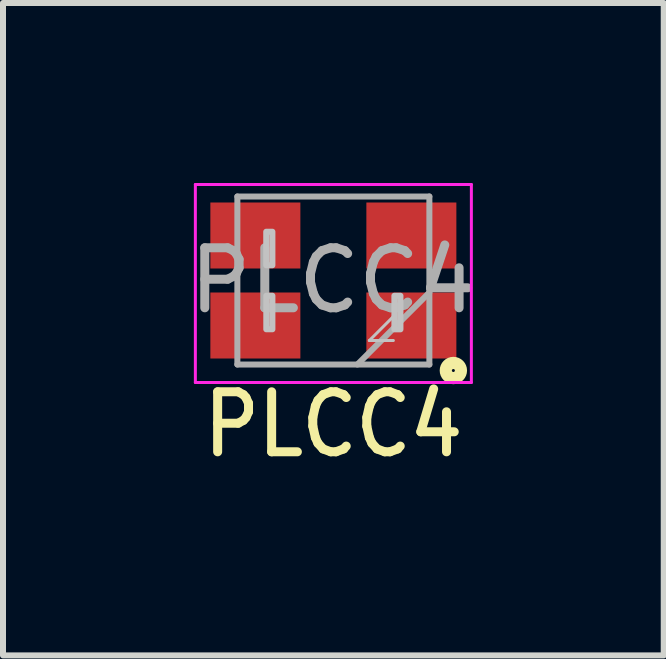
<source format=kicad_pcb>
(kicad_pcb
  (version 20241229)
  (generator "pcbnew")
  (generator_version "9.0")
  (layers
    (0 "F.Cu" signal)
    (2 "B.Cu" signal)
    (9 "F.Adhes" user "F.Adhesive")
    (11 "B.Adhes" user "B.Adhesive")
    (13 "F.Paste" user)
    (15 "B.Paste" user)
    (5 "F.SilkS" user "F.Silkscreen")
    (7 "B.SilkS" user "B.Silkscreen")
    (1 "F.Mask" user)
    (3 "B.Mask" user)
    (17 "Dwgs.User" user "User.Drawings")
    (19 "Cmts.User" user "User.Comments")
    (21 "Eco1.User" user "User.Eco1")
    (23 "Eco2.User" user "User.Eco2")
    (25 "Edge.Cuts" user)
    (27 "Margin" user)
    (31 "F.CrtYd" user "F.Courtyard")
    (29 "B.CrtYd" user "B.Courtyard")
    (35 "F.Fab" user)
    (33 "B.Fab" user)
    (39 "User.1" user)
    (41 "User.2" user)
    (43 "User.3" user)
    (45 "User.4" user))
  (footprint "PLCC4"
    (layer "F.Cu")
    (at 2.506 1.625)
    (property "Reference" "PLCC4" (at 0 2.4 0) (layer "F.SilkS") (effects (font (size 1 0.9) (thickness 0.15))))
    (attr smd)
    (fp_circle (center 2 1.5) (end 2.025 1.5) (stroke (width 0.203) (type solid)) (fill no) (layer "F.SilkS"))
    (fp_line (start 1 0.6) (end 0.6 1) (stroke (width 0.05) (type solid)) (layer "Dwgs.User"))
    (fp_line (start 1 1) (end 0.6 1) (stroke (width 0.05) (type solid)) (layer "Dwgs.User"))
    (fp_poly (pts (xy -1.119 -0.813) (xy -1.016 -0.813) (xy -1.016 -0.254) (xy -1.119 -0.254)) (stroke (width 0.1) (type solid)) (fill no) (layer "Dwgs.User"))
    (fp_poly (pts (xy -1.118 0.254) (xy -1.016 0.254) (xy -1.016 0.813) (xy -1.118 0.813)) (stroke (width 0.1) (type solid)) (fill no) (layer "Dwgs.User"))
    (fp_poly (pts (xy 1.017 0.254) (xy 1.118 0.254) (xy 1.118 0.814) (xy 1.017 0.814)) (stroke (width 0.1) (type solid)) (fill no) (layer "Dwgs.User"))
    (fp_line (start -2.3 -1.6) (end -2.3 1.7) (stroke (width 0.05) (type solid)) (layer "F.CrtYd"))
    (fp_line (start -2.3 -1.6) (end 2.3 -1.6) (stroke (width 0.05) (type solid)) (layer "F.CrtYd"))
    (fp_line (start 2.3 -1.6) (end 2.3 1.7) (stroke (width 0.05) (type solid)) (layer "F.CrtYd"))
    (fp_line (start 2.3 1.7) (end -2.3 1.7) (stroke (width 0.05) (type solid)) (layer "F.CrtYd"))
    (fp_line (start -1.6 -1.4) (end -1.6 1.4) (stroke (width 0.1) (type solid)) (layer "F.Fab"))
    (fp_line (start -1.6 -1.4) (end 1.6 -1.4) (stroke (width 0.1) (type solid)) (layer "F.Fab"))
    (fp_line (start -1.6 1.4) (end 1.6 1.4) (stroke (width 0.1) (type solid)) (layer "F.Fab"))
    (fp_line (start 1.6 -1.4) (end 1.6 1.4) (stroke (width 0.1) (type solid)) (layer "F.Fab"))
    (fp_line (start 1.6 0.2) (end 0.4 1.4) (stroke (width 0.1) (type solid)) (layer "F.Fab"))
    (fp_text user "${REFERENCE}" (at 0 0 0) (layer "F.Fab") (effects (font (size 1 1) (thickness 0.15))))
    (pad "1" smd rect (at 1.3 0.75) (size 1.5 1.1) (layers "F.Cu" "F.Mask" "F.Paste"))
    (pad "2" smd rect (at 1.3 -0.75) (size 1.5 1.1) (layers "F.Cu" "F.Mask" "F.Paste"))
    (pad "3" smd rect (at -1.3 -0.75) (size 1.5 1.1) (layers "F.Cu" "F.Mask" "F.Paste"))
    (pad "4" smd rect (at -1.3 0.75) (size 1.5 1.1) (layers "F.Cu" "F.Mask" "F.Paste")))
  (gr_rect
    (start -3 -3)
    (end 8.012 7.873)
    (stroke (width 0.1) (type default))
    (fill no)
    (layer "Edge.Cuts")))
</source>
